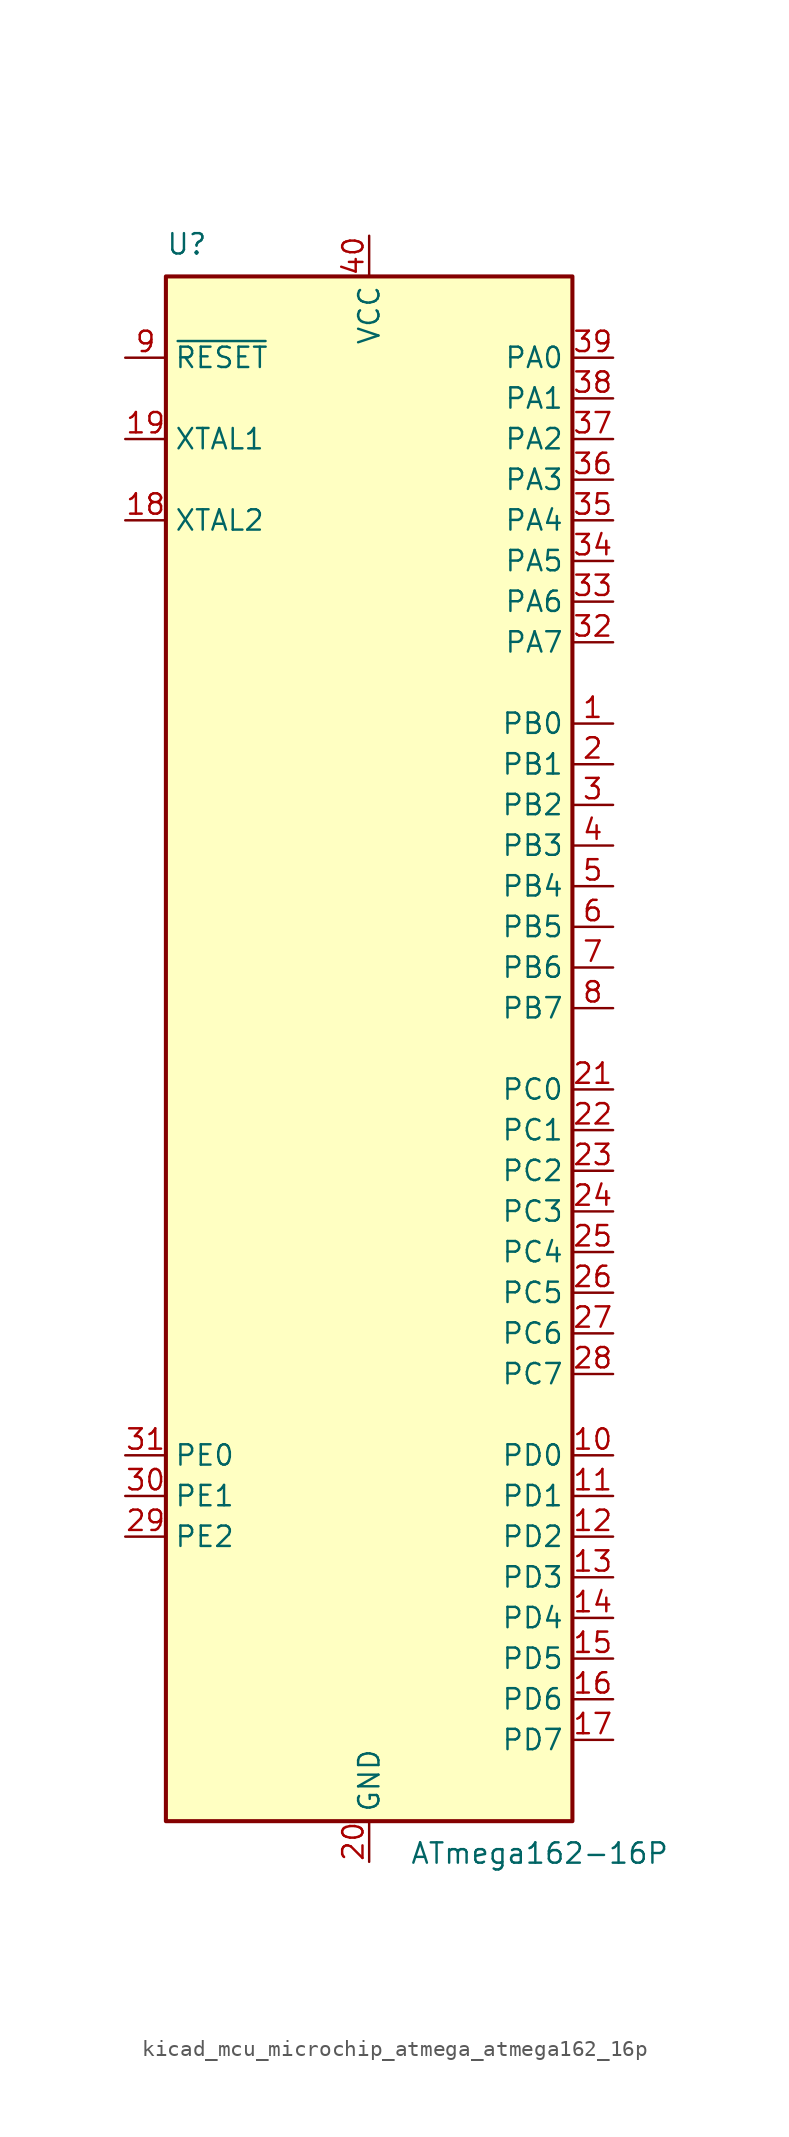
<source format=kicad_sym>
(kicad_symbol_lib
  (version 20220914)
  (generator kicad_symbol_editor)
  (symbol "kicad_mcu_microchip_atmega_atmega162_16p"
    (property "Reference" "U"
      (at -12.7 49.53 0)
      (effects (font (size 1.27 1.27)) (justify left bottom)))
    (property "Value" "ATmega162-16P"
      (at 2.54 -49.53 0)
      (effects (font (size 1.27 1.27)) (justify left top)))
    (symbol "kicad_mcu_microchip_atmega_atmega162_16p_0_1"
      (rectangle (start -12.7 -48.26) (end 12.7 48.26) (stroke (width 0.254) (type default)) (fill (type background))))
    (symbol "kicad_mcu_microchip_atmega_atmega162_16p_1_1"
      (pin bidirectional line (at 15.24 20.32 180) (length 2.54) (name "PB0" (effects (font (size 1.27 1.27)))) (number "1" (effects (font (size 1.27 1.27)))))
      (pin bidirectional line (at 15.24 -25.4 180) (length 2.54) (name "PD0" (effects (font (size 1.27 1.27)))) (number "10" (effects (font (size 1.27 1.27)))))
      (pin bidirectional line (at 15.24 -27.94 180) (length 2.54) (name "PD1" (effects (font (size 1.27 1.27)))) (number "11" (effects (font (size 1.27 1.27)))))
      (pin bidirectional line (at 15.24 -30.48 180) (length 2.54) (name "PD2" (effects (font (size 1.27 1.27)))) (number "12" (effects (font (size 1.27 1.27)))))
      (pin bidirectional line (at 15.24 -33.02 180) (length 2.54) (name "PD3" (effects (font (size 1.27 1.27)))) (number "13" (effects (font (size 1.27 1.27)))))
      (pin bidirectional line (at 15.24 -35.56 180) (length 2.54) (name "PD4" (effects (font (size 1.27 1.27)))) (number "14" (effects (font (size 1.27 1.27)))))
      (pin bidirectional line (at 15.24 -38.1 180) (length 2.54) (name "PD5" (effects (font (size 1.27 1.27)))) (number "15" (effects (font (size 1.27 1.27)))))
      (pin bidirectional line (at 15.24 -40.64 180) (length 2.54) (name "PD6" (effects (font (size 1.27 1.27)))) (number "16" (effects (font (size 1.27 1.27)))))
      (pin bidirectional line (at 15.24 -43.18 180) (length 2.54) (name "PD7" (effects (font (size 1.27 1.27)))) (number "17" (effects (font (size 1.27 1.27)))))
      (pin output line (at -15.24 33.02 0) (length 2.54) (name "XTAL2" (effects (font (size 1.27 1.27)))) (number "18" (effects (font (size 1.27 1.27)))))
      (pin input line (at -15.24 38.1 0) (length 2.54) (name "XTAL1" (effects (font (size 1.27 1.27)))) (number "19" (effects (font (size 1.27 1.27)))))
      (pin bidirectional line (at 15.24 17.78 180) (length 2.54) (name "PB1" (effects (font (size 1.27 1.27)))) (number "2" (effects (font (size 1.27 1.27)))))
      (pin power_in line (at 0 -50.8 90) (length 2.54) (name "GND" (effects (font (size 1.27 1.27)))) (number "20" (effects (font (size 1.27 1.27)))))
      (pin bidirectional line (at 15.24 -2.54 180) (length 2.54) (name "PC0" (effects (font (size 1.27 1.27)))) (number "21" (effects (font (size 1.27 1.27)))))
      (pin bidirectional line (at 15.24 -5.08 180) (length 2.54) (name "PC1" (effects (font (size 1.27 1.27)))) (number "22" (effects (font (size 1.27 1.27)))))
      (pin bidirectional line (at 15.24 -7.62 180) (length 2.54) (name "PC2" (effects (font (size 1.27 1.27)))) (number "23" (effects (font (size 1.27 1.27)))))
      (pin bidirectional line (at 15.24 -10.16 180) (length 2.54) (name "PC3" (effects (font (size 1.27 1.27)))) (number "24" (effects (font (size 1.27 1.27)))))
      (pin bidirectional line (at 15.24 -12.7 180) (length 2.54) (name "PC4" (effects (font (size 1.27 1.27)))) (number "25" (effects (font (size 1.27 1.27)))))
      (pin bidirectional line (at 15.24 -15.24 180) (length 2.54) (name "PC5" (effects (font (size 1.27 1.27)))) (number "26" (effects (font (size 1.27 1.27)))))
      (pin bidirectional line (at 15.24 -17.78 180) (length 2.54) (name "PC6" (effects (font (size 1.27 1.27)))) (number "27" (effects (font (size 1.27 1.27)))))
      (pin bidirectional line (at 15.24 -20.32 180) (length 2.54) (name "PC7" (effects (font (size 1.27 1.27)))) (number "28" (effects (font (size 1.27 1.27)))))
      (pin bidirectional line (at -15.24 -30.48 0) (length 2.54) (name "PE2" (effects (font (size 1.27 1.27)))) (number "29" (effects (font (size 1.27 1.27)))))
      (pin bidirectional line (at 15.24 15.24 180) (length 2.54) (name "PB2" (effects (font (size 1.27 1.27)))) (number "3" (effects (font (size 1.27 1.27)))))
      (pin bidirectional line (at -15.24 -27.94 0) (length 2.54) (name "PE1" (effects (font (size 1.27 1.27)))) (number "30" (effects (font (size 1.27 1.27)))))
      (pin bidirectional line (at -15.24 -25.4 0) (length 2.54) (name "PE0" (effects (font (size 1.27 1.27)))) (number "31" (effects (font (size 1.27 1.27)))))
      (pin bidirectional line (at 15.24 25.4 180) (length 2.54) (name "PA7" (effects (font (size 1.27 1.27)))) (number "32" (effects (font (size 1.27 1.27)))))
      (pin bidirectional line (at 15.24 27.94 180) (length 2.54) (name "PA6" (effects (font (size 1.27 1.27)))) (number "33" (effects (font (size 1.27 1.27)))))
      (pin bidirectional line (at 15.24 30.48 180) (length 2.54) (name "PA5" (effects (font (size 1.27 1.27)))) (number "34" (effects (font (size 1.27 1.27)))))
      (pin bidirectional line (at 15.24 33.02 180) (length 2.54) (name "PA4" (effects (font (size 1.27 1.27)))) (number "35" (effects (font (size 1.27 1.27)))))
      (pin bidirectional line (at 15.24 35.56 180) (length 2.54) (name "PA3" (effects (font (size 1.27 1.27)))) (number "36" (effects (font (size 1.27 1.27)))))
      (pin bidirectional line (at 15.24 38.1 180) (length 2.54) (name "PA2" (effects (font (size 1.27 1.27)))) (number "37" (effects (font (size 1.27 1.27)))))
      (pin bidirectional line (at 15.24 40.64 180) (length 2.54) (name "PA1" (effects (font (size 1.27 1.27)))) (number "38" (effects (font (size 1.27 1.27)))))
      (pin bidirectional line (at 15.24 43.18 180) (length 2.54) (name "PA0" (effects (font (size 1.27 1.27)))) (number "39" (effects (font (size 1.27 1.27)))))
      (pin bidirectional line (at 15.24 12.7 180) (length 2.54) (name "PB3" (effects (font (size 1.27 1.27)))) (number "4" (effects (font (size 1.27 1.27)))))
      (pin power_in line (at 0 50.8 270) (length 2.54) (name "VCC" (effects (font (size 1.27 1.27)))) (number "40" (effects (font (size 1.27 1.27)))))
      (pin bidirectional line (at 15.24 10.16 180) (length 2.54) (name "PB4" (effects (font (size 1.27 1.27)))) (number "5" (effects (font (size 1.27 1.27)))))
      (pin bidirectional line (at 15.24 7.62 180) (length 2.54) (name "PB5" (effects (font (size 1.27 1.27)))) (number "6" (effects (font (size 1.27 1.27)))))
      (pin bidirectional line (at 15.24 5.08 180) (length 2.54) (name "PB6" (effects (font (size 1.27 1.27)))) (number "7" (effects (font (size 1.27 1.27)))))
      (pin bidirectional line (at 15.24 2.54 180) (length 2.54) (name "PB7" (effects (font (size 1.27 1.27)))) (number "8" (effects (font (size 1.27 1.27)))))
      (pin input line (at -15.24 43.18 0) (length 2.54) (name "~{RESET}" (effects (font (size 1.27 1.27)))) (number "9" (effects (font (size 1.27 1.27))))))))
</source>
